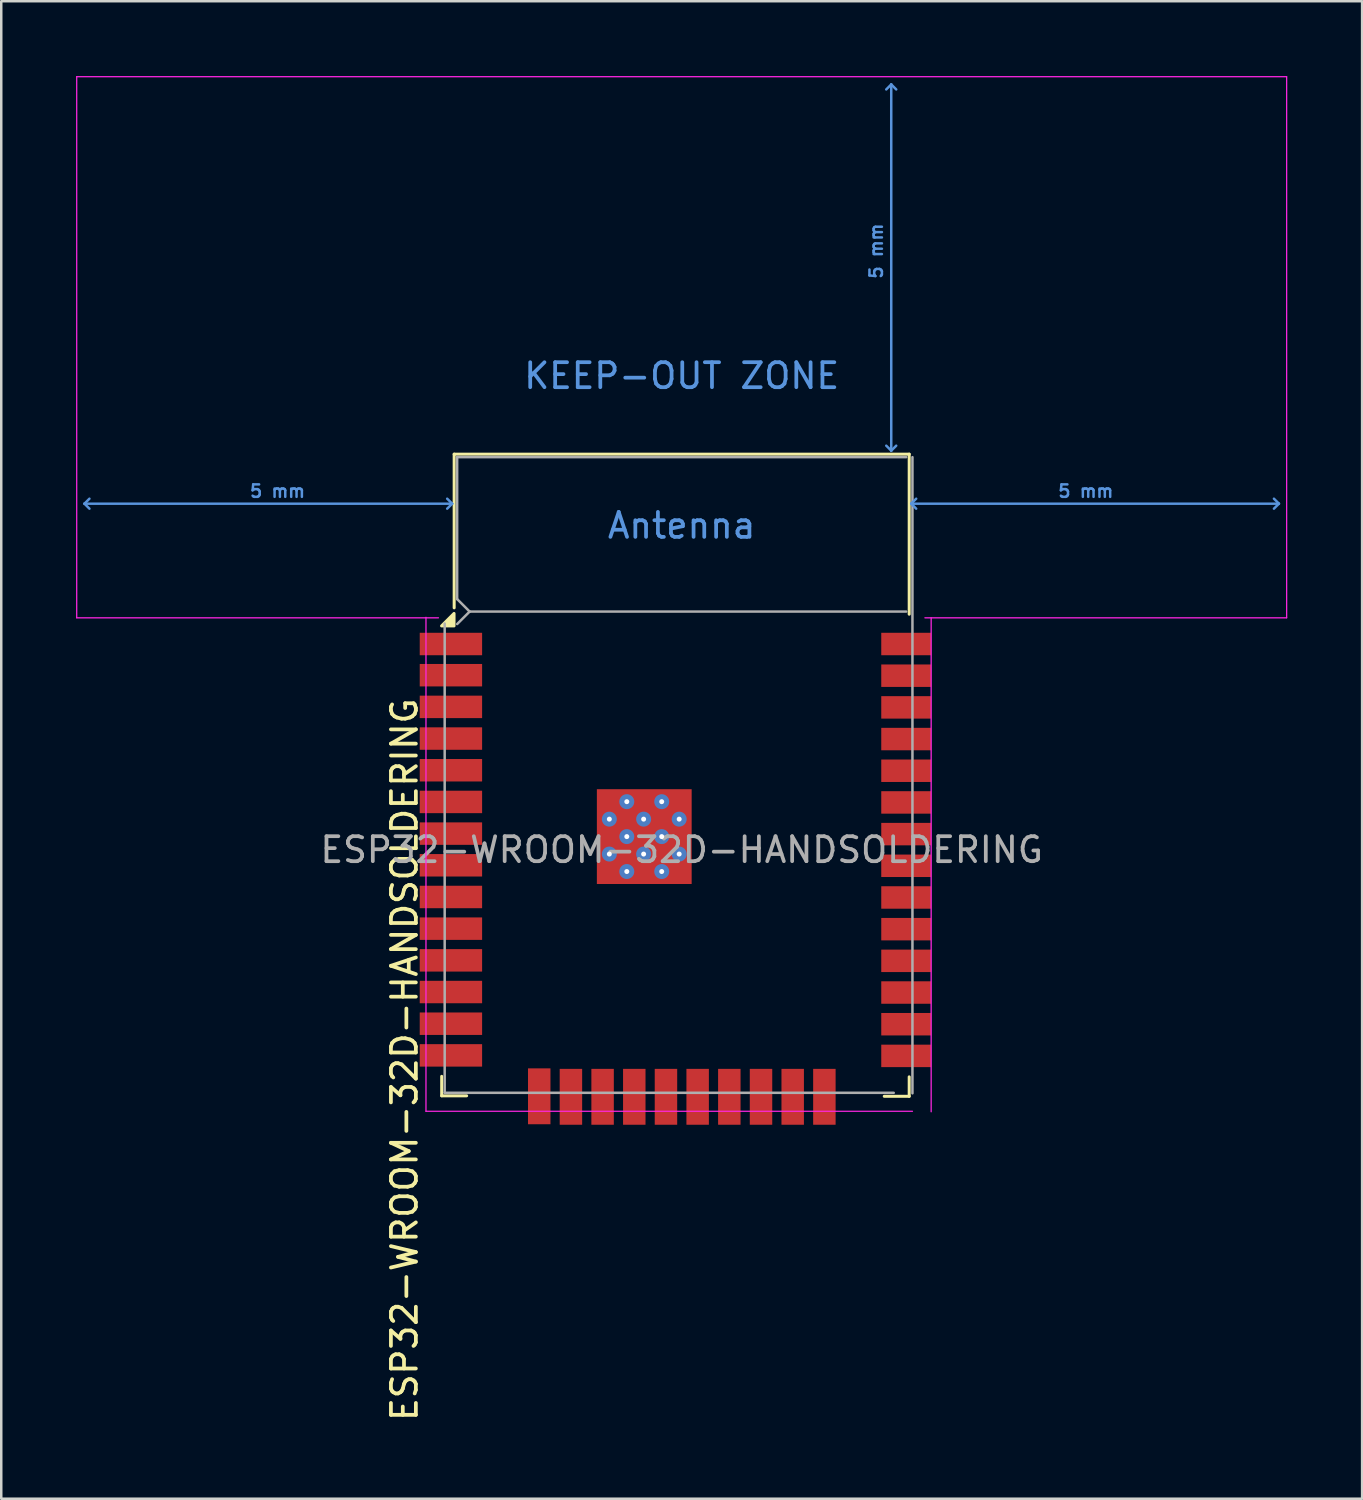
<source format=kicad_pcb>
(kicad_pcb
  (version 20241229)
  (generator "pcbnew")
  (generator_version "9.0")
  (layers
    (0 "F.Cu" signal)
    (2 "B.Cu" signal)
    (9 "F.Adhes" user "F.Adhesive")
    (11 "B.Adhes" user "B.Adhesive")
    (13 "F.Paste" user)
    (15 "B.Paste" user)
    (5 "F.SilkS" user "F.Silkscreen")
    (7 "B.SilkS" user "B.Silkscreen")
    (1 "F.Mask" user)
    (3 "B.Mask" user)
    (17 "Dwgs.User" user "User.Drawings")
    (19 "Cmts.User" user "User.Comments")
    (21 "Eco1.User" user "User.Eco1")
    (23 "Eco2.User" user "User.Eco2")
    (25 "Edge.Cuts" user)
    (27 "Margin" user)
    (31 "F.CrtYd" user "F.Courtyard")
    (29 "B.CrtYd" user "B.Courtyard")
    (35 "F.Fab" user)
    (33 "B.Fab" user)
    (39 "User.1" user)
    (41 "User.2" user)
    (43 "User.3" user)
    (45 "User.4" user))
  (footprint "ESP32-WROOM-32D-HANDSOLDERING"
    (layer "F.Cu")
    (at 24.275 31.015)
    (property "Reference" "ESP32-WROOM-32D-HANDSOLDERING" (at -11.11 8.41 90) (layer "F.SilkS") (effects (font (size 1 1) (thickness 0.15))))
    (attr smd)
    (fp_line (start -9.62 9.08) (end -9.62 9.86) (stroke (width 0.12) (type solid)) (layer "F.SilkS"))
    (fp_line (start -9.62 9.86) (end -8.62 9.86) (stroke (width 0.12) (type solid)) (layer "F.SilkS"))
    (fp_line (start -9.12 -15.86) (end -9.12 -9.7) (stroke (width 0.12) (type solid)) (layer "F.SilkS"))
    (fp_line (start -9.12 -15.86) (end 9.12 -15.86) (stroke (width 0.12) (type solid)) (layer "F.SilkS"))
    (fp_line (start 9.12 -15.86) (end 9.12 -9.445) (stroke (width 0.12) (type solid)) (layer "F.SilkS"))
    (fp_line (start 9.12 9.1) (end 9.12 9.88) (stroke (width 0.12) (type solid)) (layer "F.SilkS"))
    (fp_line (start 9.12 9.88) (end 8.12 9.88) (stroke (width 0.12) (type solid)) (layer "F.SilkS"))
    (fp_poly (pts (xy -9.125 -8.975) (xy -9.625 -8.975) (xy -9.125 -9.475) (xy -9.125 -8.975)) (stroke (width 0.12) (type solid)) (fill yes) (layer "F.SilkS"))
    (fp_line (start -23.94 -13.875) (end -23.74 -14.075) (stroke (width 0.1) (type solid)) (layer "Cmts.User"))
    (fp_line (start -23.94 -13.875) (end -23.74 -13.675) (stroke (width 0.1) (type solid)) (layer "Cmts.User"))
    (fp_line (start -23.94 -13.875) (end -9.2 -13.875) (stroke (width 0.1) (type solid)) (layer "Cmts.User"))
    (fp_line (start -9.2 -13.875) (end -9.4 -14.075) (stroke (width 0.1) (type solid)) (layer "Cmts.User"))
    (fp_line (start -9.2 -13.875) (end -9.4 -13.675) (stroke (width 0.1) (type solid)) (layer "Cmts.User"))
    (fp_line (start 8.4 -30.68) (end 8.2 -30.48) (stroke (width 0.1) (type solid)) (layer "Cmts.User"))
    (fp_line (start 8.4 -30.68) (end 8.6 -30.48) (stroke (width 0.1) (type solid)) (layer "Cmts.User"))
    (fp_line (start 8.4 -16) (end 8.2 -16.2) (stroke (width 0.1) (type solid)) (layer "Cmts.User"))
    (fp_line (start 8.4 -16) (end 8.4 -30.68) (stroke (width 0.1) (type solid)) (layer "Cmts.User"))
    (fp_line (start 8.4 -16) (end 8.6 -16.2) (stroke (width 0.1) (type solid)) (layer "Cmts.User"))
    (fp_line (start 9.2 -13.875) (end 9.4 -14.075) (stroke (width 0.1) (type solid)) (layer "Cmts.User"))
    (fp_line (start 9.2 -13.875) (end 9.4 -13.675) (stroke (width 0.1) (type solid)) (layer "Cmts.User"))
    (fp_line (start 9.2 -13.875) (end 23.94 -13.875) (stroke (width 0.1) (type solid)) (layer "Cmts.User"))
    (fp_line (start 23.94 -13.875) (end 23.74 -14.075) (stroke (width 0.1) (type solid)) (layer "Cmts.User"))
    (fp_line (start 23.94 -13.875) (end 23.74 -13.675) (stroke (width 0.1) (type solid)) (layer "Cmts.User"))
    (fp_line (start -24.25 -30.99) (end -24.25 -9.3) (stroke (width 0.05) (type solid)) (layer "F.CrtYd"))
    (fp_line (start -24.25 -30.99) (end 24.25 -30.99) (stroke (width 0.05) (type solid)) (layer "F.CrtYd"))
    (fp_line (start -24.25 -9.3) (end -9.75 -9.3) (stroke (width 0.05) (type solid)) (layer "F.CrtYd"))
    (fp_line (start -10.25 10.48) (end -10.25 -9.32) (stroke (width 0.05) (type solid)) (layer "F.CrtYd"))
    (fp_line (start -10.25 10.48) (end 9.25 10.48) (stroke (width 0.05) (type solid)) (layer "F.CrtYd"))
    (fp_line (start 9.75 -9.3) (end 24.25 -9.3) (stroke (width 0.05) (type solid)) (layer "F.CrtYd"))
    (fp_line (start 10 -9.3) (end 10 10.5) (stroke (width 0.05) (type solid)) (layer "F.CrtYd"))
    (fp_line (start 24.25 -30.99) (end 24.25 -9.3) (stroke (width 0.05) (type solid)) (layer "F.CrtYd"))
    (fp_line (start -9.5 -9.07) (end -9.5 9.74) (stroke (width 0.1) (type solid)) (layer "F.Fab"))
    (fp_line (start -9.5 9.74) (end 8.5 9.74) (stroke (width 0.1) (type solid)) (layer "F.Fab"))
    (fp_line (start -9 -15.74) (end -9 -10.05) (stroke (width 0.1) (type solid)) (layer "F.Fab"))
    (fp_line (start -9 -15.74) (end 9 -15.74) (stroke (width 0.1) (type solid)) (layer "F.Fab"))
    (fp_line (start -9 -9.05) (end -8.5 -9.55) (stroke (width 0.1) (type solid)) (layer "F.Fab"))
    (fp_line (start -8.5 -9.55) (end -9 -10.05) (stroke (width 0.1) (type solid)) (layer "F.Fab"))
    (fp_line (start -8.5 -9.55) (end 9 -9.55) (stroke (width 0.1) (type solid)) (layer "F.Fab"))
    (fp_line (start 9.25 9.76) (end 9.25 -15.74) (stroke (width 0.1) (type solid)) (layer "F.Fab"))
    (fp_text user "5 mm" (at 7.8 -24 90) (layer "Cmts.User") (effects (font (size 0.5 0.5) (thickness 0.1))))
    (fp_text user "KEEP-OUT ZONE" (at 0 -19 0) (layer "Cmts.User") (effects (font (size 1 1) (thickness 0.15))))
    (fp_text user "Antenna" (at 0 -13 0) (layer "Cmts.User") (effects (font (size 1 1) (thickness 0.15))))
    (fp_text user "5 mm" (at 16.2 -14.375 0) (layer "Cmts.User") (effects (font (size 0.5 0.5) (thickness 0.1))))
    (fp_text user "5 mm" (at -16.2 -14.375 0) (layer "Cmts.User") (effects (font (size 0.5 0.5) (thickness 0.1))))
    (fp_text user "${REFERENCE}" (at 0 0 0) (layer "F.Fab") (effects (font (size 1 1) (thickness 0.15))))
    (pad "1" smd rect (at -9.25 -8.25) (size 2.5 0.9) (layers "F.Cu" "F.Mask" "F.Paste"))
    (pad "2" smd rect (at -9.25 -7) (size 2.5 0.9) (layers "F.Cu" "F.Mask" "F.Paste"))
    (pad "3" smd rect (at -9.25 -5.73) (size 2.5 0.9) (layers "F.Cu" "F.Mask" "F.Paste"))
    (pad "4" smd rect (at -9.25 -4.46) (size 2.5 0.9) (layers "F.Cu" "F.Mask" "F.Paste"))
    (pad "5" smd rect (at -9.25 -3.19) (size 2.5 0.9) (layers "F.Cu" "F.Mask" "F.Paste"))
    (pad "6" smd rect (at -9.25 -1.92) (size 2.5 0.9) (layers "F.Cu" "F.Mask" "F.Paste"))
    (pad "7" smd rect (at -9.25 -0.65) (size 2.5 0.9) (layers "F.Cu" "F.Mask" "F.Paste"))
    (pad "8" smd rect (at -9.25 0.62) (size 2.5 0.9) (layers "F.Cu" "F.Mask" "F.Paste"))
    (pad "9" smd rect (at -9.25 1.89) (size 2.5 0.9) (layers "F.Cu" "F.Mask" "F.Paste"))
    (pad "10" smd rect (at -9.25 3.16) (size 2.5 0.9) (layers "F.Cu" "F.Mask" "F.Paste"))
    (pad "11" smd rect (at -9.25 4.43) (size 2.5 0.9) (layers "F.Cu" "F.Mask" "F.Paste"))
    (pad "12" smd rect (at -9.25 5.7) (size 2.5 0.9) (layers "F.Cu" "F.Mask" "F.Paste"))
    (pad "13" smd rect (at -9.25 6.97) (size 2.5 0.9) (layers "F.Cu" "F.Mask" "F.Paste"))
    (pad "14" smd rect (at -9.25 8.24) (size 2.5 0.9) (layers "F.Cu" "F.Mask" "F.Paste"))
    (pad "15" smd rect (at -5.71 9.88 90) (size 2.24 0.9) (layers "F.Cu" "F.Mask" "F.Paste"))
    (pad "16" smd rect (at -4.44 9.9 90) (size 2.24 0.9) (layers "F.Cu" "F.Mask" "F.Paste"))
    (pad "17" smd rect (at -3.17 9.9 90) (size 2.24 0.9) (layers "F.Cu" "F.Mask" "F.Paste"))
    (pad "18" smd rect (at -1.9 9.9 90) (size 2.24 0.9) (layers "F.Cu" "F.Mask" "F.Paste"))
    (pad "19" smd rect (at -0.63 9.9 90) (size 2.24 0.9) (layers "F.Cu" "F.Mask" "F.Paste"))
    (pad "20" smd rect (at 0.64 9.9 90) (size 2.24 0.9) (layers "F.Cu" "F.Mask" "F.Paste"))
    (pad "21" smd rect (at 1.91 9.9 90) (size 2.24 0.9) (layers "F.Cu" "F.Mask" "F.Paste"))
    (pad "22" smd rect (at 3.18 9.9 90) (size 2.24 0.9) (layers "F.Cu" "F.Mask" "F.Paste"))
    (pad "23" smd rect (at 4.45 9.9 90) (size 2.24 0.9) (layers "F.Cu" "F.Mask" "F.Paste"))
    (pad "24" smd rect (at 5.72 9.9 90) (size 2.24 0.9) (layers "F.Cu" "F.Mask" "F.Paste"))
    (pad "25" smd rect (at 9 8.26) (size 2 0.9) (layers "F.Cu" "F.Mask" "F.Paste"))
    (pad "26" smd rect (at 9 6.99) (size 2 0.9) (layers "F.Cu" "F.Mask" "F.Paste"))
    (pad "27" smd rect (at 9 5.72) (size 2 0.9) (layers "F.Cu" "F.Mask" "F.Paste"))
    (pad "28" smd rect (at 9 4.45) (size 2 0.9) (layers "F.Cu" "F.Mask" "F.Paste"))
    (pad "29" smd rect (at 9 3.18) (size 2 0.9) (layers "F.Cu" "F.Mask" "F.Paste"))
    (pad "30" smd rect (at 9 1.91) (size 2 0.9) (layers "F.Cu" "F.Mask" "F.Paste"))
    (pad "31" smd rect (at 9 0.64) (size 2 0.9) (layers "F.Cu" "F.Mask" "F.Paste"))
    (pad "32" smd rect (at 9 -0.63) (size 2 0.9) (layers "F.Cu" "F.Mask" "F.Paste"))
    (pad "33" smd rect (at 9 -1.9) (size 2 0.9) (layers "F.Cu" "F.Mask" "F.Paste"))
    (pad "34" smd rect (at 9 -3.17) (size 2 0.9) (layers "F.Cu" "F.Mask" "F.Paste"))
    (pad "35" smd rect (at 9 -4.44) (size 2 0.9) (layers "F.Cu" "F.Mask" "F.Paste"))
    (pad "36" smd rect (at 9 -5.71) (size 2 0.9) (layers "F.Cu" "F.Mask" "F.Paste"))
    (pad "37" smd rect (at 9 -6.98) (size 2 0.9) (layers "F.Cu" "F.Mask" "F.Paste"))
    (pad "38" smd rect (at 9 -8.25) (size 2 0.9) (layers "F.Cu" "F.Mask" "F.Paste"))
    (pad "39" smd rect (at -2.9 -1.93) (size 0.9 0.9) (layers "F.Cu" "F.Paste"))
    (pad "39" thru_hole circle (at -2.9 -1.23) (size 0.6 0.6) (drill 0.2) (property pad_prop_heatsink) (layers "*.Cu" "F.Mask"))
    (pad "39" smd rect (at -2.9 -0.53) (size 0.9 0.9) (layers "F.Cu" "F.Paste"))
    (pad "39" thru_hole circle (at -2.9 0.17) (size 0.6 0.6) (drill 0.2) (property pad_prop_heatsink) (layers "*.Cu" "F.Mask"))
    (pad "39" smd rect (at -2.9 0.87) (size 0.9 0.9) (layers "F.Cu" "F.Paste"))
    (pad "39" thru_hole circle (at -2.2 -1.93) (size 0.6 0.6) (drill 0.2) (property pad_prop_heatsink) (layers "*.Cu" "F.Mask"))
    (pad "39" thru_hole circle (at -2.2 -0.53) (size 0.6 0.6) (drill 0.2) (property pad_prop_heatsink) (layers "*.Cu" "F.Mask"))
    (pad "39" thru_hole circle (at -2.2 0.87) (size 0.6 0.6) (drill 0.2) (property pad_prop_heatsink) (layers "*.Cu" "F.Mask"))
    (pad "39" thru_hole circle (at -1.525 -1.23) (size 0.6 0.6) (drill 0.2) (property pad_prop_heatsink) (layers "*.Cu" "F.Mask"))
    (pad "39" thru_hole circle (at -1.525 0.17) (size 0.6 0.6) (drill 0.2) (property pad_prop_heatsink) (layers "*.Cu" "F.Mask"))
    (pad "39" smd rect (at -1.5 -1.93) (size 0.9 0.9) (layers "F.Cu" "F.Paste"))
    (pad "39" smd rect (at -1.5 -0.53) (size 0.9 0.9) (layers "F.Cu" "F.Paste"))
    (pad "39" smd rect (at -1.5 -0.53) (size 3.8 3.8) (layers "F.Cu" "F.Mask"))
    (pad "39" smd rect (at -1.5 0.87) (size 0.9 0.9) (layers "F.Cu" "F.Paste"))
    (pad "39" thru_hole circle (at -0.8 -1.93) (size 0.6 0.6) (drill 0.2) (property pad_prop_heatsink) (layers "*.Cu" "F.Mask"))
    (pad "39" thru_hole circle (at -0.8 -0.53) (size 0.6 0.6) (drill 0.2) (property pad_prop_heatsink) (layers "*.Cu" "F.Mask"))
    (pad "39" thru_hole circle (at -0.8 0.87) (size 0.6 0.6) (drill 0.2) (property pad_prop_heatsink) (layers "*.Cu" "F.Mask"))
    (pad "39" smd rect (at -0.1 -1.93) (size 0.9 0.9) (layers "F.Cu" "F.Paste"))
    (pad "39" thru_hole circle (at -0.1 -1.23) (size 0.6 0.6) (drill 0.2) (property pad_prop_heatsink) (layers "*.Cu" "F.Mask"))
    (pad "39" smd rect (at -0.1 -0.53) (size 0.9 0.9) (layers "F.Cu" "F.Paste"))
    (pad "39" thru_hole circle (at -0.1 0.17) (size 0.6 0.6) (drill 0.2) (property pad_prop_heatsink) (layers "*.Cu" "F.Mask"))
    (pad "39" smd rect (at -0.1 0.87) (size 0.9 0.9) (layers "F.Cu" "F.Paste"))
    (zone (net_name "") (layers "F.Cu" "B.Cu") (hatch full 0.508) (connect_pads) (min_thickness 0.254) (filled_areas_thickness no) (keepout (tracks not_allowed) (vias not_allowed) (pads not_allowed) (copperpour not_allowed) (footprints not_allowed)) (placement (enabled no)) (fill) (polygon (pts (xy 0.275 21.465) (xy 48.275 21.465) (xy 48.275 0.275) (xy 0.275 0.275)))))
  (gr_rect
    (start -3 -3)
    (end 51.55 57.026)
    (stroke (width 0.1) (type default))
    (fill no)
    (layer "Edge.Cuts")))
</source>
